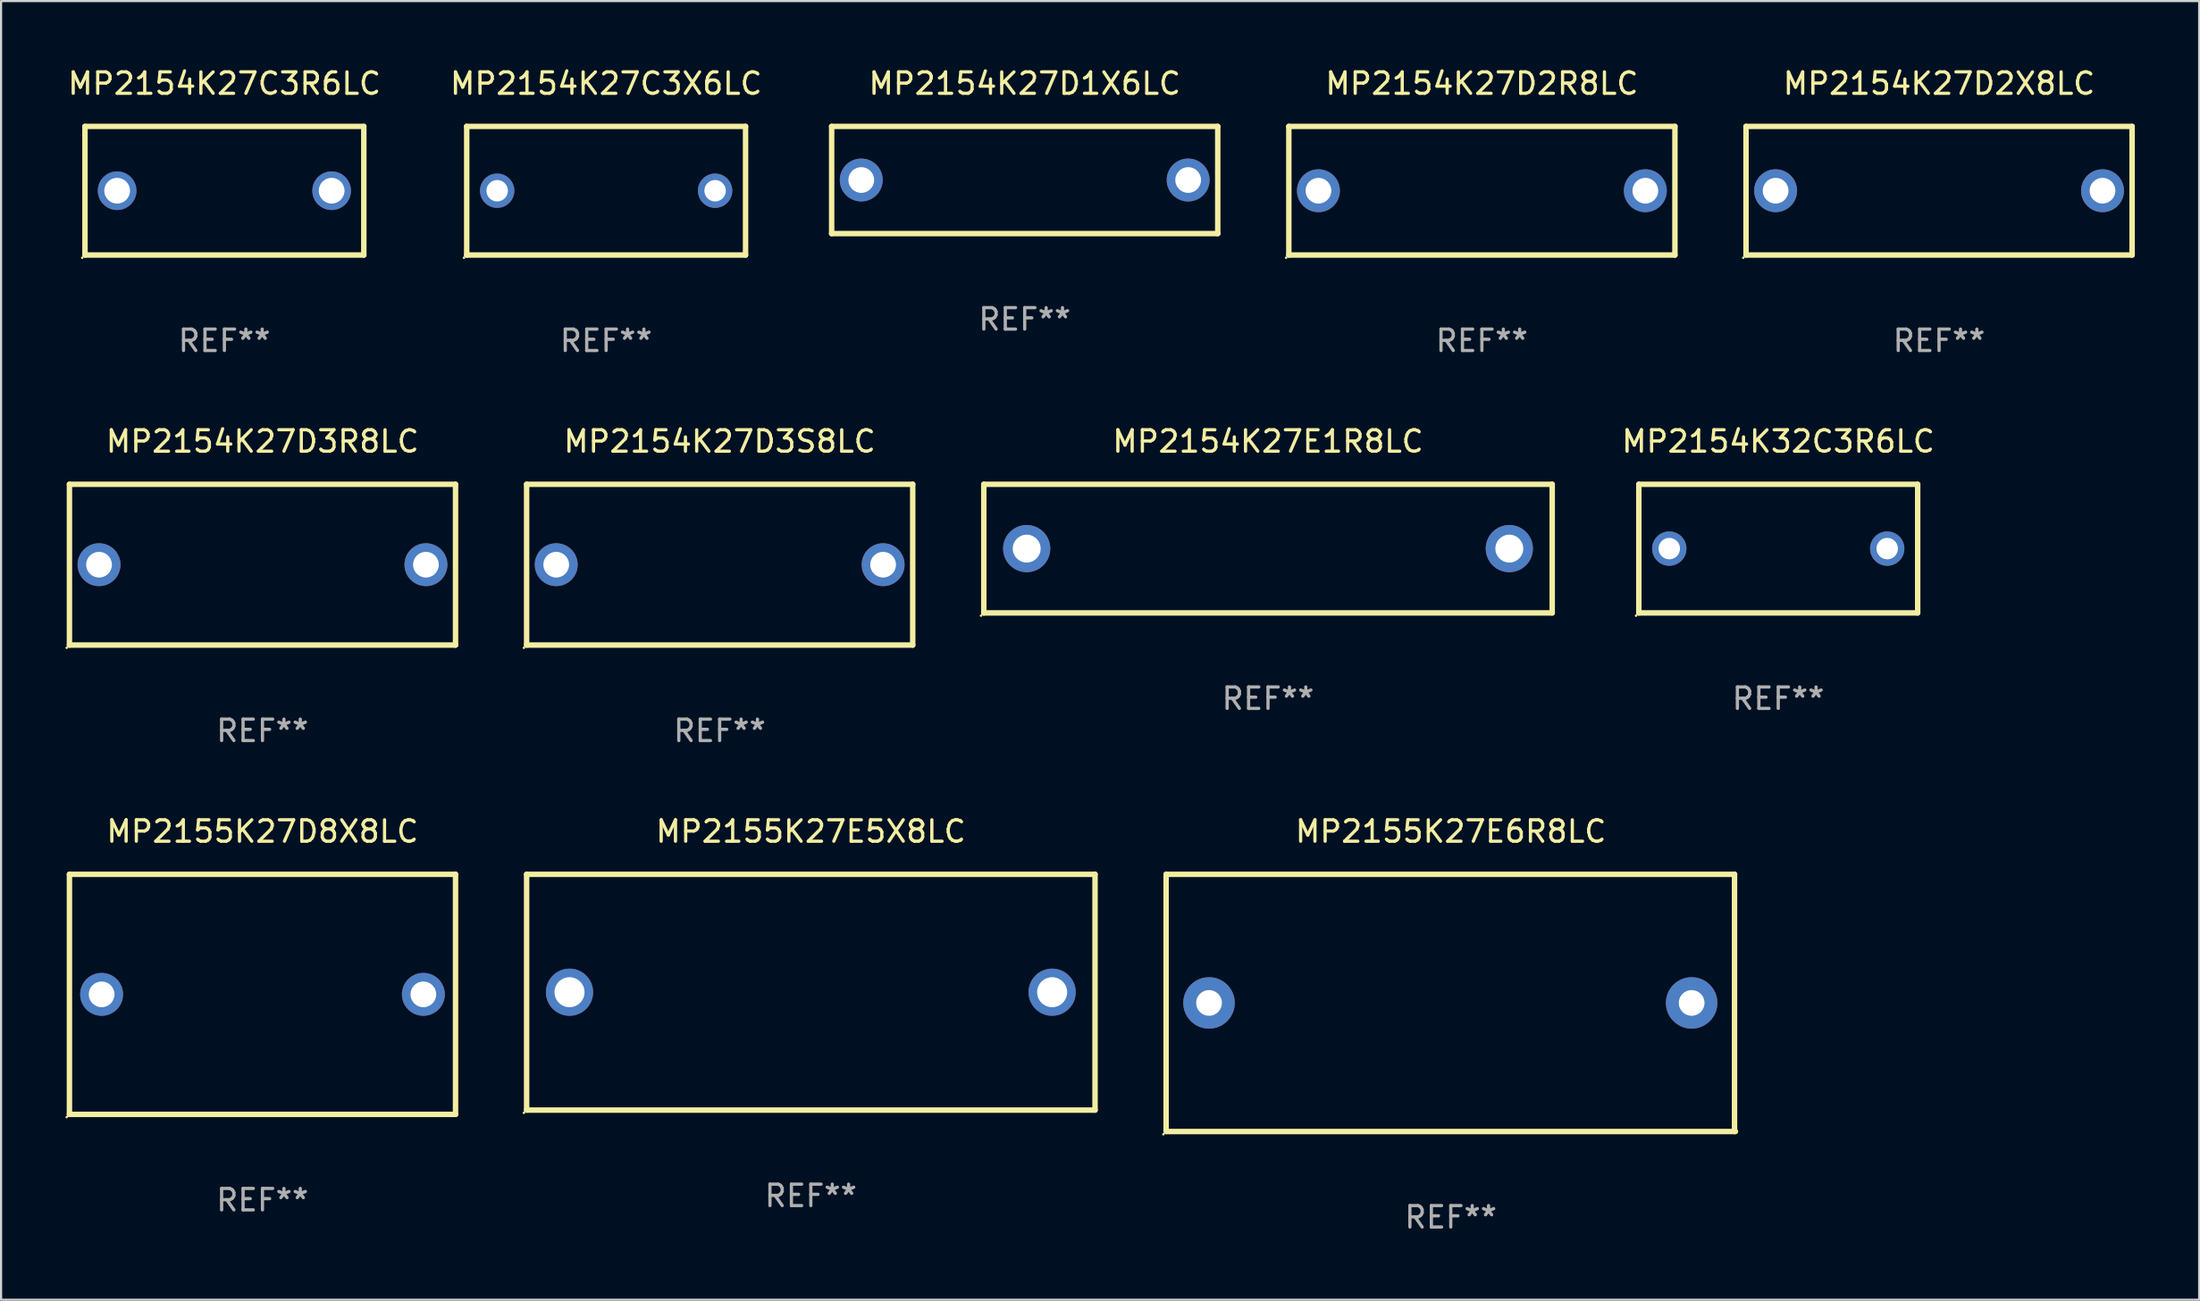
<source format=kicad_pcb>
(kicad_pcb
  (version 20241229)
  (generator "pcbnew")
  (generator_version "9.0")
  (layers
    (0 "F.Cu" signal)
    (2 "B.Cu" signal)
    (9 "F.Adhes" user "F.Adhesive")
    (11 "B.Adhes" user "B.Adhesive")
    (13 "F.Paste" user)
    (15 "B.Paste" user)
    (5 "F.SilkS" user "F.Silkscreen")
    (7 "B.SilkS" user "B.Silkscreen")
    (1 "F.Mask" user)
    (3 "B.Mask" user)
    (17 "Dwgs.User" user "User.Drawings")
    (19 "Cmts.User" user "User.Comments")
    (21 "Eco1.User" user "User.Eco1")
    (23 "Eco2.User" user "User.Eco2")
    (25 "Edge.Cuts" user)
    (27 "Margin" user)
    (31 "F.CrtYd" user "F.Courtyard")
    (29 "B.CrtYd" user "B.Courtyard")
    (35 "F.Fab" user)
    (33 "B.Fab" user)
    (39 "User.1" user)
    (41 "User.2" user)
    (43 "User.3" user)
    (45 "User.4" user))
  (footprint "MP2154K27D2X8LC"
    (layer "F.Cu")
    (at 87.35 5.848)
    (property "Reference" "MP2154K27D2X8LC" (at 0 -5 0) (layer "F.SilkS") (effects (font (size 1 1) (thickness 0.15))))
    (attr through_hole)
    (fp_line (start -9 -3) (end 9 -3) (stroke (width 0.254) (type solid)) (layer "F.SilkS"))
    (fp_line (start -9 3) (end -9 -3) (stroke (width 0.254) (type solid)) (layer "F.SilkS"))
    (fp_line (start 9 -3) (end 9 3) (stroke (width 0.254) (type solid)) (layer "F.SilkS"))
    (fp_line (start 9 3) (end -9 3) (stroke (width 0.254) (type solid)) (layer "F.SilkS"))
    (fp_circle (center -9.127 3.127) (end -9.097 3.127) (stroke (width 0.06) (type solid)) (fill no) (layer "F.SilkS"))
    (fp_text user "REF**" (at 0 7 0) (layer "F.Fab") (effects (font (size 1 1) (thickness 0.15))))
    (pad "1" thru_hole circle (at -7.62 0) (size 2 2) (drill 1.2) (layers "*.Cu" "*.Mask"))
    (pad "2" thru_hole circle (at 7.62 0) (size 2 2) (drill 1.2) (layers "*.Cu" "*.Mask")))
  (footprint "MP2154K27D3R8LC"
    (layer "F.Cu")
    (at 9.187 23.295)
    (property "Reference" "MP2154K27D3R8LC" (at 0 -5.75 0) (layer "F.SilkS") (effects (font (size 1 1) (thickness 0.15))))
    (attr through_hole)
    (fp_line (start -9 -3.75) (end 9 -3.75) (stroke (width 0.254) (type solid)) (layer "F.SilkS"))
    (fp_line (start -9 3.75) (end -9 -3.75) (stroke (width 0.254) (type solid)) (layer "F.SilkS"))
    (fp_line (start 9 -3.75) (end 9 3.75) (stroke (width 0.254) (type solid)) (layer "F.SilkS"))
    (fp_line (start 9 3.75) (end -9 3.75) (stroke (width 0.254) (type solid)) (layer "F.SilkS"))
    (fp_circle (center -9.127 3.877) (end -9.097 3.877) (stroke (width 0.06) (type solid)) (fill no) (layer "F.SilkS"))
    (fp_text user "REF**" (at 0 7.75 0) (layer "F.Fab") (effects (font (size 1 1) (thickness 0.15))))
    (pad "1" thru_hole circle (at -7.62 0) (size 2 2) (drill 1.2) (layers "*.Cu" "*.Mask"))
    (pad "2" thru_hole circle (at 7.62 0) (size 2 2) (drill 1.2) (layers "*.Cu" "*.Mask")))
  (footprint "MP2155K27E6R8LC"
    (layer "F.Cu")
    (at 64.586 43.741)
    (property "Reference" "MP2155K27E6R8LC" (at 0 -8 0) (layer "F.SilkS") (effects (font (size 1 1) (thickness 0.15))))
    (attr through_hole)
    (fp_line (start -13.271 -6) (end 13.229 -6) (stroke (width 0.254) (type solid)) (layer "F.SilkS"))
    (fp_line (start -13.271 6) (end -13.271 -6) (stroke (width 0.254) (type solid)) (layer "F.SilkS"))
    (fp_line (start 13.229 -6) (end 13.229 6) (stroke (width 0.254) (type solid)) (layer "F.SilkS"))
    (fp_line (start 13.271 6) (end -13.229 6) (stroke (width 0.254) (type solid)) (layer "F.SilkS"))
    (fp_circle (center -13.398 6.127) (end -13.368 6.127) (stroke (width 0.06) (type solid)) (fill no) (layer "F.SilkS"))
    (fp_text user "REF**" (at 0 10 0) (layer "F.Fab") (effects (font (size 1 1) (thickness 0.15))))
    (pad "1" thru_hole circle (at -11.271 0) (size 2.4 2.4) (drill 1.2) (layers "*.Cu" "*.Mask"))
    (pad "2" thru_hole circle (at 11.229 0) (size 2.4 2.4) (drill 1.2) (layers "*.Cu" "*.Mask")))
  (footprint "MP2155K27D8X8LC"
    (layer "F.Cu")
    (at 9.187 43.341)
    (property "Reference" "MP2155K27D8X8LC" (at 0 -7.6 0) (layer "F.SilkS") (effects (font (size 1 1) (thickness 0.15))))
    (attr through_hole)
    (fp_line (start -9 -5.6) (end 9 -5.6) (stroke (width 0.254) (type solid)) (layer "F.SilkS"))
    (fp_line (start -9 5.6) (end -9 -5.6) (stroke (width 0.254) (type solid)) (layer "F.SilkS"))
    (fp_line (start 9 -5.6) (end 9 5.6) (stroke (width 0.254) (type solid)) (layer "F.SilkS"))
    (fp_line (start 9 5.6) (end -9 5.6) (stroke (width 0.254) (type solid)) (layer "F.SilkS"))
    (fp_circle (center -9.127 5.727) (end -9.097 5.727) (stroke (width 0.06) (type solid)) (fill no) (layer "F.SilkS"))
    (fp_text user "REF**" (at 0 9.6 0) (layer "F.Fab") (effects (font (size 1 1) (thickness 0.15))))
    (pad "1" thru_hole circle (at -7.5 0) (size 2 2) (drill 1.2) (layers "*.Cu" "*.Mask"))
    (pad "2" thru_hole circle (at 7.5 0) (size 2 2) (drill 1.2) (layers "*.Cu" "*.Mask")))
  (footprint "MP2154K27D1X6LC"
    (layer "F.Cu")
    (at 44.722 5.348)
    (property "Reference" "MP2154K27D1X6LC" (at 0 -4.5 0) (layer "F.SilkS") (effects (font (size 1 1) (thickness 0.15))))
    (attr through_hole)
    (fp_line (start -9 -2.5) (end 9 -2.5) (stroke (width 0.254) (type solid)) (layer "F.SilkS"))
    (fp_line (start -9 2.5) (end -9 -2.5) (stroke (width 0.254) (type solid)) (layer "F.SilkS"))
    (fp_line (start 9 -2.5) (end 9 2.5) (stroke (width 0.254) (type solid)) (layer "F.SilkS"))
    (fp_line (start 9 2.5) (end -9 2.5) (stroke (width 0.254) (type solid)) (layer "F.SilkS"))
    (fp_circle (center -9 2.5) (end -8.97 2.5) (stroke (width 0.06) (type solid)) (fill no) (layer "F.SilkS"))
    (fp_text user "REF**" (at 0 6.5 0) (layer "F.Fab") (effects (font (size 1 1) (thickness 0.15))))
    (pad "1" thru_hole circle (at -7.62 -0.000127) (size 2 2) (drill 1.2) (layers "*.Cu" "*.Mask"))
    (pad "2" thru_hole circle (at 7.62 -0.000127) (size 2 2) (drill 1.2) (layers "*.Cu" "*.Mask")))
  (footprint "MP2154K27C3R6LC"
    (layer "F.Cu")
    (at 7.411 5.848)
    (property "Reference" "MP2154K27C3R6LC" (at 0 -5 0) (layer "F.SilkS") (effects (font (size 1 1) (thickness 0.15))))
    (attr through_hole)
    (fp_line (start -6.5 -3) (end 6.5 -3) (stroke (width 0.254) (type solid)) (layer "F.SilkS"))
    (fp_line (start -6.5 3) (end -6.5 -3) (stroke (width 0.254) (type solid)) (layer "F.SilkS"))
    (fp_line (start -6.5 3) (end 6.5 3) (stroke (width 0.254) (type solid)) (layer "F.SilkS"))
    (fp_line (start 6.5 -3) (end 6.5 3) (stroke (width 0.254) (type solid)) (layer "F.SilkS"))
    (fp_circle (center -6.627 3.127) (end -6.597 3.127) (stroke (width 0.06) (type solid)) (fill no) (layer "F.SilkS"))
    (fp_text user "REF**" (at 0 7 0) (layer "F.Fab") (effects (font (size 1 1) (thickness 0.15))))
    (pad "1" thru_hole circle (at -5 0) (size 1.8 1.8) (drill 1.2) (layers "*.Cu" "*.Mask"))
    (pad "2" thru_hole circle (at 5 0) (size 1.8 1.8) (drill 1.2) (layers "*.Cu" "*.Mask")))
  (footprint "MP2154K27C3X6LC"
    (layer "F.Cu")
    (at 25.208 5.848)
    (property "Reference" "MP2154K27C3X6LC" (at 0 -5 0) (layer "F.SilkS") (effects (font (size 1 1) (thickness 0.15))))
    (attr through_hole)
    (fp_line (start -6.5 -3) (end 6.5 -3) (stroke (width 0.254) (type solid)) (layer "F.SilkS"))
    (fp_line (start -6.5 3) (end -6.5 -3) (stroke (width 0.254) (type solid)) (layer "F.SilkS"))
    (fp_line (start 6.5 -3) (end 6.5 3) (stroke (width 0.254) (type solid)) (layer "F.SilkS"))
    (fp_line (start 6.5 3) (end -6.5 3) (stroke (width 0.254) (type solid)) (layer "F.SilkS"))
    (fp_circle (center -6.627 3.127) (end -6.597 3.127) (stroke (width 0.06) (type solid)) (fill no) (layer "F.SilkS"))
    (fp_text user "REF**" (at 0 7 0) (layer "F.Fab") (effects (font (size 1 1) (thickness 0.15))))
    (pad "1" thru_hole circle (at -5.08 0) (size 1.6 1.6) (drill 1) (layers "*.Cu" "*.Mask"))
    (pad "2" thru_hole circle (at 5.08 0) (size 1.6 1.6) (drill 1) (layers "*.Cu" "*.Mask")))
  (footprint "MP2154K27D2R8LC"
    (layer "F.Cu")
    (at 66.036 5.848)
    (property "Reference" "MP2154K27D2R8LC" (at 0 -5 0) (layer "F.SilkS") (effects (font (size 1 1) (thickness 0.15))))
    (attr through_hole)
    (fp_line (start -9 -3) (end 9 -3) (stroke (width 0.254) (type solid)) (layer "F.SilkS"))
    (fp_line (start -9 3) (end -9 -3) (stroke (width 0.254) (type solid)) (layer "F.SilkS"))
    (fp_line (start 9 -3) (end 9 3) (stroke (width 0.254) (type solid)) (layer "F.SilkS"))
    (fp_line (start 9 3) (end -9 3) (stroke (width 0.254) (type solid)) (layer "F.SilkS"))
    (fp_circle (center -9.127 3.127) (end -9.097 3.127) (stroke (width 0.06) (type solid)) (fill no) (layer "F.SilkS"))
    (fp_text user "REF**" (at 0 7 0) (layer "F.Fab") (effects (font (size 1 1) (thickness 0.15))))
    (pad "1" thru_hole circle (at -7.62 0) (size 2 2) (drill 1.2) (layers "*.Cu" "*.Mask"))
    (pad "2" thru_hole circle (at 7.62 0) (size 2 2) (drill 1.2) (layers "*.Cu" "*.Mask")))
  (footprint "MP2155K27E5X8LC"
    (layer "F.Cu")
    (at 34.751 43.241)
    (property "Reference" "MP2155K27E5X8LC" (at 0 -7.5 0) (layer "F.SilkS") (effects (font (size 1 1) (thickness 0.15))))
    (attr through_hole)
    (fp_line (start -13.25 -5.5) (end 13.25 -5.5) (stroke (width 0.254) (type solid)) (layer "F.SilkS"))
    (fp_line (start -13.25 5.5) (end -13.25 -5.5) (stroke (width 0.254) (type solid)) (layer "F.SilkS"))
    (fp_line (start 13.25 -5.5) (end 13.25 5.5) (stroke (width 0.254) (type solid)) (layer "F.SilkS"))
    (fp_line (start 13.25 5.5) (end -13.25 5.5) (stroke (width 0.254) (type solid)) (layer "F.SilkS"))
    (fp_circle (center -13.377 5.627) (end -13.347 5.627) (stroke (width 0.06) (type solid)) (fill no) (layer "F.SilkS"))
    (fp_text user "REF**" (at 0 9.5 0) (layer "F.Fab") (effects (font (size 1 1) (thickness 0.15))))
    (pad "1" thru_hole circle (at -11.25 0) (size 2.2 2.2) (drill 1.4) (layers "*.Cu" "*.Mask"))
    (pad "2" thru_hole circle (at 11.25 0) (size 2.2 2.2) (drill 1.4) (layers "*.Cu" "*.Mask")))
  (footprint "MP2154K27E1R8LC"
    (layer "F.Cu")
    (at 56.065 22.545)
    (property "Reference" "MP2154K27E1R8LC" (at 0 -5 0) (layer "F.SilkS") (effects (font (size 1 1) (thickness 0.15))))
    (attr through_hole)
    (fp_line (start -13.25 -3) (end 13.25 -3) (stroke (width 0.254) (type solid)) (layer "F.SilkS"))
    (fp_line (start -13.25 3) (end -13.25 -3) (stroke (width 0.254) (type solid)) (layer "F.SilkS"))
    (fp_line (start 13.25 -3) (end 13.25 3) (stroke (width 0.254) (type solid)) (layer "F.SilkS"))
    (fp_line (start 13.25 3) (end -13.25 3) (stroke (width 0.254) (type solid)) (layer "F.SilkS"))
    (fp_circle (center -13.377 3.127) (end -13.347 3.127) (stroke (width 0.06) (type solid)) (fill no) (layer "F.SilkS"))
    (fp_text user "REF**" (at 0 7 0) (layer "F.Fab") (effects (font (size 1 1) (thickness 0.15))))
    (pad "1" thru_hole circle (at -11.25 0) (size 2.2 2.2) (drill 1.3) (layers "*.Cu" "*.Mask"))
    (pad "2" thru_hole circle (at 11.25 0) (size 2.2 2.2) (drill 1.3) (layers "*.Cu" "*.Mask")))
  (footprint "MP2154K27D3S8LC"
    (layer "F.Cu")
    (at 30.501 23.295)
    (property "Reference" "MP2154K27D3S8LC" (at 0 -5.75 0) (layer "F.SilkS") (effects (font (size 1 1) (thickness 0.15))))
    (attr through_hole)
    (fp_line (start -9 -3.75) (end 9 -3.75) (stroke (width 0.254) (type solid)) (layer "F.SilkS"))
    (fp_line (start -9 3.75) (end -9 -3.75) (stroke (width 0.254) (type solid)) (layer "F.SilkS"))
    (fp_line (start 9 -3.75) (end 9 3.75) (stroke (width 0.254) (type solid)) (layer "F.SilkS"))
    (fp_line (start 9 3.75) (end -9 3.75) (stroke (width 0.254) (type solid)) (layer "F.SilkS"))
    (fp_circle (center -9.127 3.877) (end -9.097 3.877) (stroke (width 0.06) (type solid)) (fill no) (layer "F.SilkS"))
    (fp_text user "REF**" (at 0 7.75 0) (layer "F.Fab") (effects (font (size 1 1) (thickness 0.15))))
    (pad "1" thru_hole circle (at -7.62 0) (size 2 2) (drill 1.2) (layers "*.Cu" "*.Mask"))
    (pad "2" thru_hole circle (at 7.62 0) (size 2 2) (drill 1.2) (layers "*.Cu" "*.Mask")))
  (footprint "MP2154K32C3R6LC"
    (layer "F.Cu")
    (at 79.853 22.545)
    (property "Reference" "MP2154K32C3R6LC" (at 0 -5 0) (layer "F.SilkS") (effects (font (size 1 1) (thickness 0.15))))
    (attr through_hole)
    (fp_line (start -6.5 -3) (end 6.5 -3) (stroke (width 0.254) (type solid)) (layer "F.SilkS"))
    (fp_line (start -6.5 3) (end -6.5 -3) (stroke (width 0.254) (type solid)) (layer "F.SilkS"))
    (fp_line (start 6.5 -3) (end 6.5 3) (stroke (width 0.254) (type solid)) (layer "F.SilkS"))
    (fp_line (start 6.5 3) (end -6.5 3) (stroke (width 0.254) (type solid)) (layer "F.SilkS"))
    (fp_circle (center -6.627 3.127) (end -6.597 3.127) (stroke (width 0.06) (type solid)) (fill no) (layer "F.SilkS"))
    (fp_text user "REF**" (at 0 7 0) (layer "F.Fab") (effects (font (size 1 1) (thickness 0.15))))
    (pad "1" thru_hole circle (at -5.08 0) (size 1.6 1.6) (drill 1) (layers "*.Cu" "*.Mask"))
    (pad "2" thru_hole circle (at 5.08 0) (size 1.6 1.6) (drill 1) (layers "*.Cu" "*.Mask")))
  (gr_rect
    (start -3 -3)
    (end 99.477 57.59)
    (stroke (width 0.1) (type default))
    (fill no)
    (layer "Edge.Cuts")))
</source>
